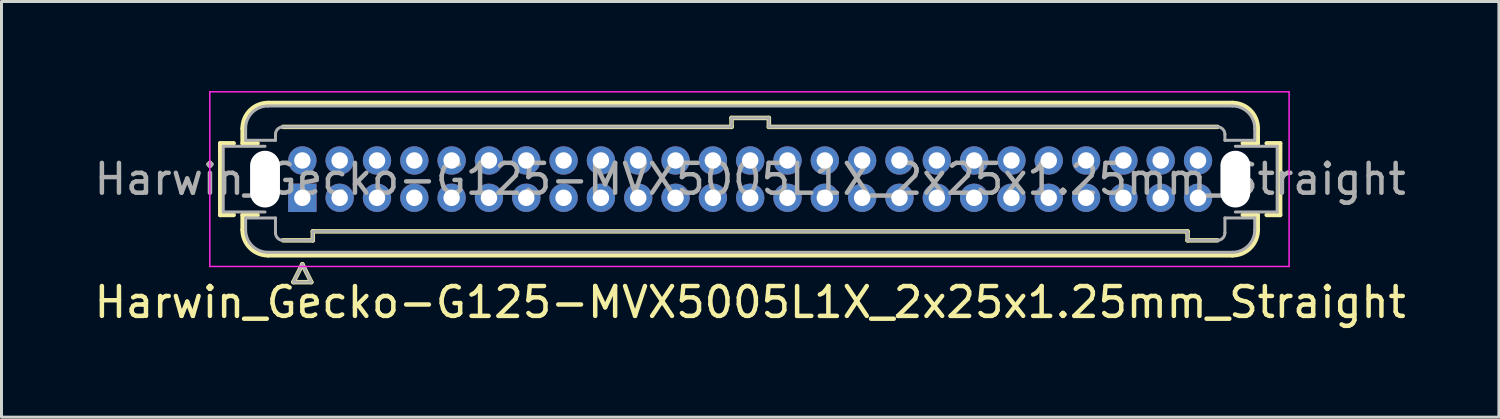
<source format=kicad_pcb>
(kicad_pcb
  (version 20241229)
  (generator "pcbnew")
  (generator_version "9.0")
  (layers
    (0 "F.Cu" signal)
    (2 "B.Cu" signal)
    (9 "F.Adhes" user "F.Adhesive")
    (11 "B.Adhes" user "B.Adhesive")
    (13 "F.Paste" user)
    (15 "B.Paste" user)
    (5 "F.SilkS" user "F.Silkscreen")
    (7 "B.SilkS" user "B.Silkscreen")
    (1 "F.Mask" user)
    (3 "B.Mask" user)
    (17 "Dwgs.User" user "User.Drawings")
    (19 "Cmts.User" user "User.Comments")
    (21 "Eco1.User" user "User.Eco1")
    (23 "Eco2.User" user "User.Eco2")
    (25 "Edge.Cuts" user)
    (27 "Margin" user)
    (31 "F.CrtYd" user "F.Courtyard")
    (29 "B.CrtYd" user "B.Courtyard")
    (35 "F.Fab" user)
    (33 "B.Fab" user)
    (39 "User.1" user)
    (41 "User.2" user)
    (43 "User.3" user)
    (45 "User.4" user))
  (footprint "Harwin_Gecko-G125-MVX5005L1X_2x25x1.25mm_Straight"
    (layer "F.Cu")
    (at 7.077 3.575)
    (property "Reference" "Harwin_Gecko-G125-MVX5005L1X_2x25x1.25mm_Straight" (at 15 3.5 0) (layer "F.SilkS") (effects (font (size 1 1) (thickness 0.15))))
    (attr through_hole)
    (fp_line (start -2.75 -1.825) (end -2.75 0.575) (stroke (width 0.15) (type solid)) (layer "F.SilkS"))
    (fp_line (start -2.75 0.575) (end -2.3 0.575) (stroke (width 0.15) (type solid)) (layer "F.SilkS"))
    (fp_line (start -2.3 -1.825) (end -2.75 -1.825) (stroke (width 0.15) (type solid)) (layer "F.SilkS"))
    (fp_line (start -2 -1.825) (end -2 -2.325) (stroke (width 0.15) (type solid)) (layer "F.SilkS"))
    (fp_line (start -2 -1.825) (end -1.5 -1.825) (stroke (width 0.15) (type solid)) (layer "F.SilkS"))
    (fp_line (start -2 0.575) (end -1.5 0.575) (stroke (width 0.15) (type solid)) (layer "F.SilkS"))
    (fp_line (start -2 1.075) (end -2 0.575) (stroke (width 0.15) (type solid)) (layer "F.SilkS"))
    (fp_line (start -1.15 -3.175) (end 31.15 -3.175) (stroke (width 0.15) (type solid)) (layer "F.SilkS"))
    (fp_line (start -1.15 1.925) (end 31.15 1.925) (stroke (width 0.15) (type solid)) (layer "F.SilkS"))
    (fp_line (start -0.65 -2.375) (end 14.375 -2.375) (stroke (width 0.15) (type solid)) (layer "F.SilkS"))
    (fp_line (start -0.65 1.425) (end 0.35 1.425) (stroke (width 0.15) (type solid)) (layer "F.SilkS"))
    (fp_line (start -0.3 2.825) (end 0.3 2.825) (stroke (width 0.15) (type solid)) (layer "F.SilkS"))
    (fp_line (start 0 2.225) (end -0.3 2.825) (stroke (width 0.15) (type solid)) (layer "F.SilkS"))
    (fp_line (start 0.3 2.825) (end 0 2.225) (stroke (width 0.15) (type solid)) (layer "F.SilkS"))
    (fp_line (start 0.35 1.125) (end 29.65 1.125) (stroke (width 0.15) (type solid)) (layer "F.SilkS"))
    (fp_line (start 0.35 1.425) (end 0.35 1.125) (stroke (width 0.15) (type solid)) (layer "F.SilkS"))
    (fp_line (start 14.375 -2.675) (end 15.625 -2.675) (stroke (width 0.15) (type solid)) (layer "F.SilkS"))
    (fp_line (start 14.375 -2.375) (end 14.375 -2.675) (stroke (width 0.15) (type solid)) (layer "F.SilkS"))
    (fp_line (start 15.625 -2.675) (end 15.625 -2.375) (stroke (width 0.15) (type solid)) (layer "F.SilkS"))
    (fp_line (start 15.625 -2.375) (end 30.65 -2.375) (stroke (width 0.15) (type solid)) (layer "F.SilkS"))
    (fp_line (start 29.65 1.125) (end 29.65 1.425) (stroke (width 0.15) (type solid)) (layer "F.SilkS"))
    (fp_line (start 29.65 1.425) (end 30.65 1.425) (stroke (width 0.15) (type solid)) (layer "F.SilkS"))
    (fp_line (start 32 -2.325) (end 32 -1.825) (stroke (width 0.15) (type solid)) (layer "F.SilkS"))
    (fp_line (start 32 -1.825) (end 31.5 -1.825) (stroke (width 0.15) (type solid)) (layer "F.SilkS"))
    (fp_line (start 32 0.575) (end 31.5 0.575) (stroke (width 0.15) (type solid)) (layer "F.SilkS"))
    (fp_line (start 32 1.075) (end 32 0.575) (stroke (width 0.15) (type solid)) (layer "F.SilkS"))
    (fp_line (start 32.3 0.575) (end 32.75 0.575) (stroke (width 0.15) (type solid)) (layer "F.SilkS"))
    (fp_line (start 32.75 -1.825) (end 32.3 -1.825) (stroke (width 0.15) (type solid)) (layer "F.SilkS"))
    (fp_line (start 32.75 -1.825) (end 32.75 0.575) (stroke (width 0.15) (type solid)) (layer "F.SilkS"))
    (fp_arc (start -2 -2.325) (mid -1.751041 -2.926041) (end -1.15 -3.175) (stroke (width 0.15) (type solid)) (layer "F.SilkS"))
    (fp_arc (start -1.15 1.925) (mid -1.751041 1.676041) (end -2 1.075) (stroke (width 0.15) (type solid)) (layer "F.SilkS"))
    (fp_arc (start 31.15 -3.175) (mid 31.751041 -2.926041) (end 32 -2.325) (stroke (width 0.15) (type solid)) (layer "F.SilkS"))
    (fp_arc (start 32 1.075) (mid 31.751041 1.676041) (end 31.15 1.925) (stroke (width 0.15) (type solid)) (layer "F.SilkS"))
    (fp_line (start -3.1 -3.55) (end -3.1 2.3) (stroke (width 0.05) (type solid)) (layer "F.CrtYd"))
    (fp_line (start -3.1 2.3) (end 33.05 2.3) (stroke (width 0.05) (type solid)) (layer "F.CrtYd"))
    (fp_line (start 33.05 -3.55) (end -3.1 -3.55) (stroke (width 0.05) (type solid)) (layer "F.CrtYd"))
    (fp_line (start 33.05 2.3) (end 33.05 -3.55) (stroke (width 0.05) (type solid)) (layer "F.CrtYd"))
    (fp_line (start -2.65 0.475) (end -2.65 -1.725) (stroke (width 0.1) (type solid)) (layer "F.Fab"))
    (fp_line (start -2.65 0.475) (end -1.25 0.475) (stroke (width 0.1) (type solid)) (layer "F.Fab"))
    (fp_line (start -1.9 -2.325) (end -1.9 -1.925) (stroke (width 0.1) (type solid)) (layer "F.Fab"))
    (fp_line (start -1.9 -1.925) (end -0.9 -1.925) (stroke (width 0.1) (type solid)) (layer "F.Fab"))
    (fp_line (start -1.9 0.675) (end -0.9 0.675) (stroke (width 0.1) (type solid)) (layer "F.Fab"))
    (fp_line (start -1.9 1.075) (end -1.9 0.675) (stroke (width 0.1) (type solid)) (layer "F.Fab"))
    (fp_line (start -1.25 -1.725) (end -2.65 -1.725) (stroke (width 0.1) (type solid)) (layer "F.Fab"))
    (fp_line (start -1.15 -3.075) (end 31.15 -3.075) (stroke (width 0.1) (type solid)) (layer "F.Fab"))
    (fp_line (start -1.15 1.825) (end 31.15 1.825) (stroke (width 0.1) (type solid)) (layer "F.Fab"))
    (fp_line (start -0.9 -2.125) (end -0.9 -1.925) (stroke (width 0.1) (type solid)) (layer "F.Fab"))
    (fp_line (start -0.9 1.175) (end -0.9 0.675) (stroke (width 0.1) (type solid)) (layer "F.Fab"))
    (fp_line (start -0.65 -2.375) (end 14.375 -2.375) (stroke (width 0.1) (type solid)) (layer "F.Fab"))
    (fp_line (start -0.65 1.425) (end 0.35 1.425) (stroke (width 0.1) (type solid)) (layer "F.Fab"))
    (fp_line (start -0.3 2.825) (end 0.3 2.825) (stroke (width 0.1) (type solid)) (layer "F.Fab"))
    (fp_line (start 0 2.225) (end -0.3 2.825) (stroke (width 0.1) (type solid)) (layer "F.Fab"))
    (fp_line (start 0.3 2.825) (end 0 2.225) (stroke (width 0.1) (type solid)) (layer "F.Fab"))
    (fp_line (start 0.35 1.125) (end 29.65 1.125) (stroke (width 0.1) (type solid)) (layer "F.Fab"))
    (fp_line (start 0.35 1.425) (end 0.35 1.125) (stroke (width 0.1) (type solid)) (layer "F.Fab"))
    (fp_line (start 14.375 -2.675) (end 15.625 -2.675) (stroke (width 0.1) (type solid)) (layer "F.Fab"))
    (fp_line (start 14.375 -2.375) (end 14.375 -2.675) (stroke (width 0.1) (type solid)) (layer "F.Fab"))
    (fp_line (start 15.625 -2.675) (end 15.625 -2.375) (stroke (width 0.1) (type solid)) (layer "F.Fab"))
    (fp_line (start 15.625 -2.375) (end 30.65 -2.375) (stroke (width 0.1) (type solid)) (layer "F.Fab"))
    (fp_line (start 29.65 1.125) (end 29.65 1.425) (stroke (width 0.1) (type solid)) (layer "F.Fab"))
    (fp_line (start 29.65 1.425) (end 30.65 1.425) (stroke (width 0.1) (type solid)) (layer "F.Fab"))
    (fp_line (start 30.9 -2.125) (end 30.9 -1.925) (stroke (width 0.1) (type solid)) (layer "F.Fab"))
    (fp_line (start 30.9 1.175) (end 30.9 0.675) (stroke (width 0.1) (type solid)) (layer "F.Fab"))
    (fp_line (start 31.25 0.475) (end 32.65 0.475) (stroke (width 0.1) (type solid)) (layer "F.Fab"))
    (fp_line (start 31.9 -2.325) (end 31.9 -1.925) (stroke (width 0.1) (type solid)) (layer "F.Fab"))
    (fp_line (start 31.9 -1.925) (end 30.9 -1.925) (stroke (width 0.1) (type solid)) (layer "F.Fab"))
    (fp_line (start 31.9 0.675) (end 30.9 0.675) (stroke (width 0.1) (type solid)) (layer "F.Fab"))
    (fp_line (start 31.9 1.075) (end 31.9 0.675) (stroke (width 0.1) (type solid)) (layer "F.Fab"))
    (fp_line (start 32.65 -1.725) (end 31.25 -1.725) (stroke (width 0.1) (type solid)) (layer "F.Fab"))
    (fp_line (start 32.65 -1.725) (end 32.65 0.475) (stroke (width 0.1) (type solid)) (layer "F.Fab"))
    (fp_arc (start -1.9 -2.325) (mid -1.68033 -2.85533) (end -1.15 -3.075) (stroke (width 0.1) (type solid)) (layer "F.Fab"))
    (fp_arc (start -1.15 1.825) (mid -1.68033 1.60533) (end -1.9 1.075) (stroke (width 0.1) (type solid)) (layer "F.Fab"))
    (fp_arc (start -0.9 -2.125) (mid -0.826777 -2.301777) (end -0.65 -2.375) (stroke (width 0.1) (type solid)) (layer "F.Fab"))
    (fp_arc (start -0.65 1.425) (mid -0.826777 1.351777) (end -0.9 1.175) (stroke (width 0.1) (type solid)) (layer "F.Fab"))
    (fp_arc (start 30.65 -2.375) (mid 30.826777 -2.301777) (end 30.9 -2.125) (stroke (width 0.1) (type solid)) (layer "F.Fab"))
    (fp_arc (start 30.9 1.175) (mid 30.826777 1.351777) (end 30.65 1.425) (stroke (width 0.1) (type solid)) (layer "F.Fab"))
    (fp_arc (start 31.15 -3.075) (mid 31.68033 -2.85533) (end 31.9 -2.325) (stroke (width 0.1) (type solid)) (layer "F.Fab"))
    (fp_arc (start 31.9 1.075) (mid 31.68033 1.60533) (end 31.15 1.825) (stroke (width 0.1) (type solid)) (layer "F.Fab"))
    (fp_text user "${REFERENCE}" (at 15 -0.625 0) (layer "F.Fab") (effects (font (size 1 1) (thickness 0.15))))
    (pad "" np_thru_hole oval (at -1.25 -0.625) (size 1 1.9) (drill oval 1 1.9) (layers "*.Cu" "*.Mask"))
    (pad "" np_thru_hole oval (at 31.25 -0.625) (size 1 1.9) (drill oval 1 1.9) (layers "*.Cu" "*.Mask"))
    (pad "1" thru_hole rect (at 0 0) (size 0.95 0.95) (drill 0.55) (layers "*.Cu" "*.Mask"))
    (pad "2" thru_hole circle (at 1.25 0) (size 0.95 0.95) (drill 0.55) (layers "*.Cu" "*.Mask"))
    (pad "3" thru_hole circle (at 2.5 0) (size 0.95 0.95) (drill 0.55) (layers "*.Cu" "*.Mask"))
    (pad "4" thru_hole circle (at 3.75 0) (size 0.95 0.95) (drill 0.55) (layers "*.Cu" "*.Mask"))
    (pad "5" thru_hole circle (at 5 0) (size 0.95 0.95) (drill 0.55) (layers "*.Cu" "*.Mask"))
    (pad "6" thru_hole circle (at 6.25 0) (size 0.95 0.95) (drill 0.55) (layers "*.Cu" "*.Mask"))
    (pad "7" thru_hole circle (at 7.5 0) (size 0.95 0.95) (drill 0.55) (layers "*.Cu" "*.Mask"))
    (pad "8" thru_hole circle (at 8.75 0) (size 0.95 0.95) (drill 0.55) (layers "*.Cu" "*.Mask"))
    (pad "9" thru_hole circle (at 10 0) (size 0.95 0.95) (drill 0.55) (layers "*.Cu" "*.Mask"))
    (pad "10" thru_hole circle (at 11.25 0) (size 0.95 0.95) (drill 0.55) (layers "*.Cu" "*.Mask"))
    (pad "11" thru_hole circle (at 12.5 0) (size 0.95 0.95) (drill 0.55) (layers "*.Cu" "*.Mask"))
    (pad "12" thru_hole circle (at 13.75 0) (size 0.95 0.95) (drill 0.55) (layers "*.Cu" "*.Mask"))
    (pad "13" thru_hole circle (at 15 0) (size 0.95 0.95) (drill 0.55) (layers "*.Cu" "*.Mask"))
    (pad "14" thru_hole circle (at 16.25 0) (size 0.95 0.95) (drill 0.55) (layers "*.Cu" "*.Mask"))
    (pad "15" thru_hole circle (at 17.5 0) (size 0.95 0.95) (drill 0.55) (layers "*.Cu" "*.Mask"))
    (pad "16" thru_hole circle (at 18.75 0) (size 0.95 0.95) (drill 0.55) (layers "*.Cu" "*.Mask"))
    (pad "17" thru_hole circle (at 20 0) (size 0.95 0.95) (drill 0.55) (layers "*.Cu" "*.Mask"))
    (pad "18" thru_hole circle (at 21.25 0) (size 0.95 0.95) (drill 0.55) (layers "*.Cu" "*.Mask"))
    (pad "19" thru_hole circle (at 22.5 0) (size 0.95 0.95) (drill 0.55) (layers "*.Cu" "*.Mask"))
    (pad "20" thru_hole circle (at 23.75 0) (size 0.95 0.95) (drill 0.55) (layers "*.Cu" "*.Mask"))
    (pad "21" thru_hole circle (at 25 0) (size 0.95 0.95) (drill 0.55) (layers "*.Cu" "*.Mask"))
    (pad "22" thru_hole circle (at 26.25 0) (size 0.95 0.95) (drill 0.55) (layers "*.Cu" "*.Mask"))
    (pad "23" thru_hole circle (at 27.5 0) (size 0.95 0.95) (drill 0.55) (layers "*.Cu" "*.Mask"))
    (pad "24" thru_hole circle (at 28.75 0) (size 0.95 0.95) (drill 0.55) (layers "*.Cu" "*.Mask"))
    (pad "25" thru_hole circle (at 30 0) (size 0.95 0.95) (drill 0.55) (layers "*.Cu" "*.Mask"))
    (pad "26" thru_hole circle (at 0 -1.25) (size 0.95 0.95) (drill 0.55) (layers "*.Cu" "*.Mask"))
    (pad "27" thru_hole circle (at 1.25 -1.25) (size 0.95 0.95) (drill 0.55) (layers "*.Cu" "*.Mask"))
    (pad "28" thru_hole circle (at 2.5 -1.25) (size 0.95 0.95) (drill 0.55) (layers "*.Cu" "*.Mask"))
    (pad "29" thru_hole circle (at 3.75 -1.25) (size 0.95 0.95) (drill 0.55) (layers "*.Cu" "*.Mask"))
    (pad "30" thru_hole circle (at 5 -1.25) (size 0.95 0.95) (drill 0.55) (layers "*.Cu" "*.Mask"))
    (pad "31" thru_hole circle (at 6.25 -1.25) (size 0.95 0.95) (drill 0.55) (layers "*.Cu" "*.Mask"))
    (pad "32" thru_hole circle (at 7.5 -1.25) (size 0.95 0.95) (drill 0.55) (layers "*.Cu" "*.Mask"))
    (pad "33" thru_hole circle (at 8.75 -1.25) (size 0.95 0.95) (drill 0.55) (layers "*.Cu" "*.Mask"))
    (pad "34" thru_hole circle (at 10 -1.25) (size 0.95 0.95) (drill 0.55) (layers "*.Cu" "*.Mask"))
    (pad "35" thru_hole circle (at 11.25 -1.25) (size 0.95 0.95) (drill 0.55) (layers "*.Cu" "*.Mask"))
    (pad "36" thru_hole circle (at 12.5 -1.25) (size 0.95 0.95) (drill 0.55) (layers "*.Cu" "*.Mask"))
    (pad "37" thru_hole circle (at 13.75 -1.25) (size 0.95 0.95) (drill 0.55) (layers "*.Cu" "*.Mask"))
    (pad "38" thru_hole circle (at 15 -1.25) (size 0.95 0.95) (drill 0.55) (layers "*.Cu" "*.Mask"))
    (pad "39" thru_hole circle (at 16.25 -1.25) (size 0.95 0.95) (drill 0.55) (layers "*.Cu" "*.Mask"))
    (pad "40" thru_hole circle (at 17.5 -1.25) (size 0.95 0.95) (drill 0.55) (layers "*.Cu" "*.Mask"))
    (pad "41" thru_hole circle (at 18.75 -1.25) (size 0.95 0.95) (drill 0.55) (layers "*.Cu" "*.Mask"))
    (pad "42" thru_hole circle (at 20 -1.25) (size 0.95 0.95) (drill 0.55) (layers "*.Cu" "*.Mask"))
    (pad "43" thru_hole circle (at 21.25 -1.25) (size 0.95 0.95) (drill 0.55) (layers "*.Cu" "*.Mask"))
    (pad "44" thru_hole circle (at 22.5 -1.25) (size 0.95 0.95) (drill 0.55) (layers "*.Cu" "*.Mask"))
    (pad "45" thru_hole circle (at 23.75 -1.25) (size 0.95 0.95) (drill 0.55) (layers "*.Cu" "*.Mask"))
    (pad "46" thru_hole circle (at 25 -1.25) (size 0.95 0.95) (drill 0.55) (layers "*.Cu" "*.Mask"))
    (pad "47" thru_hole circle (at 26.25 -1.25) (size 0.95 0.95) (drill 0.55) (layers "*.Cu" "*.Mask"))
    (pad "48" thru_hole circle (at 27.5 -1.25) (size 0.95 0.95) (drill 0.55) (layers "*.Cu" "*.Mask"))
    (pad "49" thru_hole circle (at 28.75 -1.25) (size 0.95 0.95) (drill 0.55) (layers "*.Cu" "*.Mask"))
    (pad "50" thru_hole circle (at 30 -1.25) (size 0.95 0.95) (drill 0.55) (layers "*.Cu" "*.Mask")))
  (gr_rect
    (start -3 -3)
    (end 47.155 10.923)
    (stroke (width 0.1) (type default))
    (fill no)
    (layer "Edge.Cuts")))
</source>
